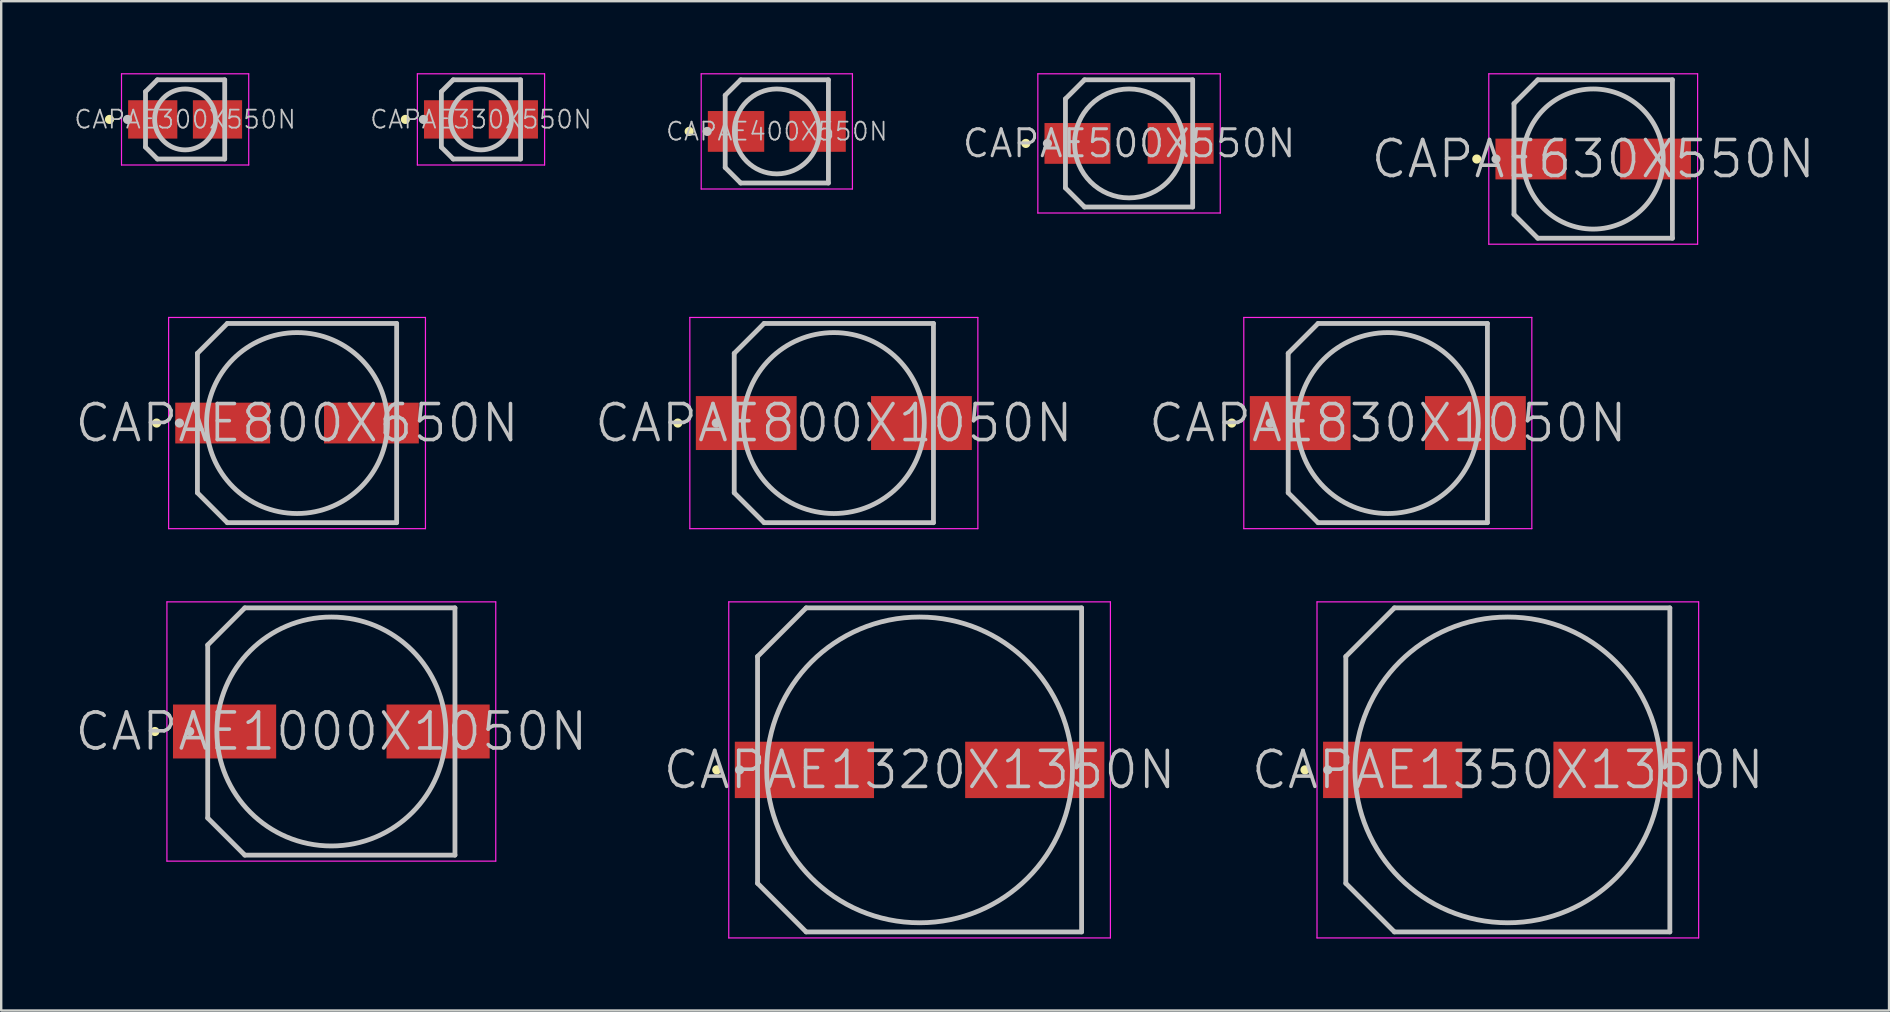
<source format=kicad_pcb>
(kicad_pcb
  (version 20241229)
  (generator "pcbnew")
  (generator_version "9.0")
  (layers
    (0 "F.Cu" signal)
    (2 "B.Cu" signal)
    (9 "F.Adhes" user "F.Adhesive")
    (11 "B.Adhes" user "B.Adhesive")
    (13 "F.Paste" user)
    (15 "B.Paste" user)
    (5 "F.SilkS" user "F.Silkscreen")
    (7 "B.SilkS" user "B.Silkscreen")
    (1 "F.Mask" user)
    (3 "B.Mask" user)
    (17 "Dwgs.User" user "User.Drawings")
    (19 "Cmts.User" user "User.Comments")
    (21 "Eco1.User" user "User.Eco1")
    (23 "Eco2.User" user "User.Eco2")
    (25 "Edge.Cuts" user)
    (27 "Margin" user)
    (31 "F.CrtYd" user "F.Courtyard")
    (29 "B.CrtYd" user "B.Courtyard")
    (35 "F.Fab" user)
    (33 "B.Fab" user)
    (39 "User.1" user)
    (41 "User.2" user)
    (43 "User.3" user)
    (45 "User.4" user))
  (footprint "CAPAE800X1050N"
    (layer "F.Cu")
    (at 31.689 14.575)
    (property "Reference" "CAPAE800X1050N" (at 0 0 0) (layer "Dwgs.User") (effects (font (size 1.5 1.5) (thickness 0.15))))
    (attr smd)
    (fp_line (start -6.5 0) (end -6.5 0) (stroke (width 0.381) (type solid)) (layer "F.SilkS"))
    (fp_line (start -4.9 0) (end -4.9 0) (stroke (width 0.381) (type solid)) (layer "Dwgs.User"))
    (fp_line (start -4.15 -2.905) (end -4.15 2.905) (stroke (width 0.2) (type solid)) (layer "Dwgs.User"))
    (fp_line (start -2.905 -4.15) (end -4.15 -2.905) (stroke (width 0.2) (type solid)) (layer "Dwgs.User"))
    (fp_line (start -2.905 -4.15) (end 4.15 -4.15) (stroke (width 0.2) (type solid)) (layer "Dwgs.User"))
    (fp_line (start -2.905 4.15) (end -4.15 2.905) (stroke (width 0.2) (type solid)) (layer "Dwgs.User"))
    (fp_line (start -2.905 4.15) (end 4.15 4.15) (stroke (width 0.2) (type solid)) (layer "Dwgs.User"))
    (fp_line (start 4.15 -4.15) (end 4.15 4.15) (stroke (width 0.2) (type solid)) (layer "Dwgs.User"))
    (fp_circle (center 0 0) (end 0 3.769) (stroke (width 0.2) (type solid)) (fill no) (layer "Dwgs.User"))
    (fp_line (start -6 -4.4) (end -6 4.4) (stroke (width 0.05) (type solid)) (layer "F.CrtYd"))
    (fp_line (start -6 -4.4) (end 6 -4.4) (stroke (width 0.05) (type solid)) (layer "F.CrtYd"))
    (fp_line (start -6 4.4) (end 6 4.4) (stroke (width 0.05) (type solid)) (layer "F.CrtYd"))
    (fp_line (start 6 -4.4) (end 6 4.4) (stroke (width 0.05) (type solid)) (layer "F.CrtYd"))
    (pad "1" smd rect (at -3.65 0 90) (size 2.248 4.199) (layers "F.Cu" "F.Mask" "F.Paste"))
    (pad "2" smd rect (at 3.65 0 270) (size 2.248 4.199) (layers "F.Cu" "F.Mask" "F.Paste")))
  (footprint "CAPAE330X550N"
    (layer "F.Cu")
    (at 16.988 1.925)
    (property "Reference" "CAPAE330X550N" (at 0 0 0) (layer "Dwgs.User") (effects (font (size 0.75 0.75) (thickness 0.075))))
    (attr smd)
    (fp_line (start -3.15 0) (end -3.15 0) (stroke (width 0.381) (type solid)) (layer "F.SilkS"))
    (fp_line (start -2.4 0) (end -2.4 0) (stroke (width 0.381) (type solid)) (layer "Dwgs.User"))
    (fp_line (start -1.65 -1.155) (end -1.65 1.155) (stroke (width 0.2) (type solid)) (layer "Dwgs.User"))
    (fp_line (start -1.155 -1.65) (end -1.65 -1.155) (stroke (width 0.2) (type solid)) (layer "Dwgs.User"))
    (fp_line (start -1.155 -1.65) (end 1.65 -1.65) (stroke (width 0.2) (type solid)) (layer "Dwgs.User"))
    (fp_line (start -1.155 1.65) (end -1.65 1.155) (stroke (width 0.2) (type solid)) (layer "Dwgs.User"))
    (fp_line (start -1.155 1.65) (end 1.65 1.65) (stroke (width 0.2) (type solid)) (layer "Dwgs.User"))
    (fp_line (start 1.65 -1.65) (end 1.65 1.65) (stroke (width 0.2) (type solid)) (layer "Dwgs.User"))
    (fp_circle (center 0 0) (end 0 1.269) (stroke (width 0.2) (type solid)) (fill no) (layer "Dwgs.User"))
    (fp_line (start -2.65 -1.9) (end -2.65 1.9) (stroke (width 0.05) (type solid)) (layer "F.CrtYd"))
    (fp_line (start -2.65 -1.9) (end 2.65 -1.9) (stroke (width 0.05) (type solid)) (layer "F.CrtYd"))
    (fp_line (start -2.65 1.9) (end 2.65 1.9) (stroke (width 0.05) (type solid)) (layer "F.CrtYd"))
    (fp_line (start 2.65 -1.9) (end 2.65 1.9) (stroke (width 0.05) (type solid)) (layer "F.CrtYd"))
    (pad "1" smd rect (at -1.349 0 90) (size 1.598 2.05) (layers "F.Cu" "F.Mask" "F.Paste"))
    (pad "2" smd rect (at 1.349 0 270) (size 1.598 2.05) (layers "F.Cu" "F.Mask" "F.Paste")))
  (footprint "CAPAE400X550N"
    (layer "F.Cu")
    (at 29.313 2.425)
    (property "Reference" "CAPAE400X550N" (at 0 0 0) (layer "Dwgs.User") (effects (font (size 0.75 0.75) (thickness 0.075))))
    (attr smd)
    (fp_line (start -3.65 0) (end -3.65 0) (stroke (width 0.381) (type solid)) (layer "F.SilkS"))
    (fp_line (start -2.9 0) (end -2.9 0) (stroke (width 0.381) (type solid)) (layer "Dwgs.User"))
    (fp_line (start -2.15 -1.505) (end -2.15 1.505) (stroke (width 0.2) (type solid)) (layer "Dwgs.User"))
    (fp_line (start -1.505 -2.15) (end -2.15 -1.505) (stroke (width 0.2) (type solid)) (layer "Dwgs.User"))
    (fp_line (start -1.505 -2.15) (end 2.15 -2.15) (stroke (width 0.2) (type solid)) (layer "Dwgs.User"))
    (fp_line (start -1.505 2.15) (end -2.15 1.505) (stroke (width 0.2) (type solid)) (layer "Dwgs.User"))
    (fp_line (start -1.505 2.15) (end 2.15 2.15) (stroke (width 0.2) (type solid)) (layer "Dwgs.User"))
    (fp_line (start 2.15 -2.15) (end 2.15 2.15) (stroke (width 0.2) (type solid)) (layer "Dwgs.User"))
    (fp_circle (center 0 0) (end 0 1.769) (stroke (width 0.2) (type solid)) (fill no) (layer "Dwgs.User"))
    (fp_line (start -3.15 -2.4) (end -3.15 2.4) (stroke (width 0.05) (type solid)) (layer "F.CrtYd"))
    (fp_line (start -3.15 -2.4) (end 3.15 -2.4) (stroke (width 0.05) (type solid)) (layer "F.CrtYd"))
    (fp_line (start -3.15 2.4) (end 3.15 2.4) (stroke (width 0.05) (type solid)) (layer "F.CrtYd"))
    (fp_line (start 3.15 -2.4) (end 3.15 2.4) (stroke (width 0.05) (type solid)) (layer "F.CrtYd"))
    (pad "1" smd rect (at -1.699 0 90) (size 1.699 2.349) (layers "F.Cu" "F.Mask" "F.Paste"))
    (pad "2" smd rect (at 1.699 0 270) (size 1.699 2.349) (layers "F.Cu" "F.Mask" "F.Paste")))
  (footprint "CAPAE300X550N"
    (layer "F.Cu")
    (at 4.662 1.925)
    (property "Reference" "CAPAE300X550N" (at 0 0 0) (layer "Dwgs.User") (effects (font (size 0.75 0.75) (thickness 0.075))))
    (attr smd)
    (fp_line (start -3.15 0) (end -3.15 0) (stroke (width 0.381) (type solid)) (layer "F.SilkS"))
    (fp_line (start -2.4 0) (end -2.4 0) (stroke (width 0.381) (type solid)) (layer "Dwgs.User"))
    (fp_line (start -1.65 -1.155) (end -1.65 1.155) (stroke (width 0.2) (type solid)) (layer "Dwgs.User"))
    (fp_line (start -1.155 -1.65) (end -1.65 -1.155) (stroke (width 0.2) (type solid)) (layer "Dwgs.User"))
    (fp_line (start -1.155 -1.65) (end 1.65 -1.65) (stroke (width 0.2) (type solid)) (layer "Dwgs.User"))
    (fp_line (start -1.155 1.65) (end -1.65 1.155) (stroke (width 0.2) (type solid)) (layer "Dwgs.User"))
    (fp_line (start -1.155 1.65) (end 1.65 1.65) (stroke (width 0.2) (type solid)) (layer "Dwgs.User"))
    (fp_line (start 1.65 -1.65) (end 1.65 1.65) (stroke (width 0.2) (type solid)) (layer "Dwgs.User"))
    (fp_circle (center 0 0) (end 0 1.269) (stroke (width 0.2) (type solid)) (fill no) (layer "Dwgs.User"))
    (fp_line (start -2.65 -1.9) (end -2.65 1.9) (stroke (width 0.05) (type solid)) (layer "F.CrtYd"))
    (fp_line (start -2.65 -1.9) (end 2.65 -1.9) (stroke (width 0.05) (type solid)) (layer "F.CrtYd"))
    (fp_line (start -2.65 1.9) (end 2.65 1.9) (stroke (width 0.05) (type solid)) (layer "F.CrtYd"))
    (fp_line (start 2.65 -1.9) (end 2.65 1.9) (stroke (width 0.05) (type solid)) (layer "F.CrtYd"))
    (pad "1" smd rect (at -1.349 0 90) (size 1.598 2.05) (layers "F.Cu" "F.Mask" "F.Paste"))
    (pad "2" smd rect (at 1.349 0 270) (size 1.598 2.05) (layers "F.Cu" "F.Mask" "F.Paste")))
  (footprint "CAPAE1000X1050N"
    (layer "F.Cu")
    (at 10.754 27.425)
    (property "Reference" "CAPAE1000X1050N" (at 0 0 0) (layer "Dwgs.User") (effects (font (size 1.5 1.5) (thickness 0.15))))
    (attr smd)
    (fp_line (start -7.35 0) (end -7.35 0) (stroke (width 0.381) (type solid)) (layer "F.SilkS"))
    (fp_line (start -5.9 0) (end -5.9 0) (stroke (width 0.381) (type solid)) (layer "Dwgs.User"))
    (fp_line (start -5.15 -3.605) (end -5.15 3.605) (stroke (width 0.2) (type solid)) (layer "Dwgs.User"))
    (fp_line (start -3.605 -5.15) (end -5.15 -3.605) (stroke (width 0.2) (type solid)) (layer "Dwgs.User"))
    (fp_line (start -3.605 -5.15) (end 5.15 -5.15) (stroke (width 0.2) (type solid)) (layer "Dwgs.User"))
    (fp_line (start -3.605 5.15) (end -5.15 3.605) (stroke (width 0.2) (type solid)) (layer "Dwgs.User"))
    (fp_line (start -3.605 5.15) (end 5.15 5.15) (stroke (width 0.2) (type solid)) (layer "Dwgs.User"))
    (fp_line (start 5.15 -5.15) (end 5.15 5.15) (stroke (width 0.2) (type solid)) (layer "Dwgs.User"))
    (fp_circle (center 0 0) (end 0 4.769) (stroke (width 0.2) (type solid)) (fill no) (layer "Dwgs.User"))
    (fp_line (start -6.85 -5.4) (end -6.85 5.4) (stroke (width 0.05) (type solid)) (layer "F.CrtYd"))
    (fp_line (start -6.85 -5.4) (end 6.85 -5.4) (stroke (width 0.05) (type solid)) (layer "F.CrtYd"))
    (fp_line (start -6.85 5.4) (end 6.85 5.4) (stroke (width 0.05) (type solid)) (layer "F.CrtYd"))
    (fp_line (start 6.85 -5.4) (end 6.85 5.4) (stroke (width 0.05) (type solid)) (layer "F.CrtYd"))
    (pad "1" smd rect (at -4.448 0 90) (size 2.248 4.298) (layers "F.Cu" "F.Mask" "F.Paste"))
    (pad "2" smd rect (at 4.448 0 270) (size 2.248 4.298) (layers "F.Cu" "F.Mask" "F.Paste")))
  (footprint "CAPAE500X550N"
    (layer "F.Cu")
    (at 43.988 2.925)
    (property "Reference" "CAPAE500X550N" (at 0 0 0) (layer "Dwgs.User") (effects (font (size 1.125 1.125) (thickness 0.125))))
    (attr smd)
    (fp_line (start -4.3 0) (end -4.3 0) (stroke (width 0.381) (type solid)) (layer "F.SilkS"))
    (fp_line (start -3.4 0) (end -3.4 0) (stroke (width 0.381) (type solid)) (layer "Dwgs.User"))
    (fp_line (start -2.65 -1.855) (end -2.65 1.855) (stroke (width 0.2) (type solid)) (layer "Dwgs.User"))
    (fp_line (start -1.855 -2.65) (end -2.65 -1.855) (stroke (width 0.2) (type solid)) (layer "Dwgs.User"))
    (fp_line (start -1.855 -2.65) (end 2.65 -2.65) (stroke (width 0.2) (type solid)) (layer "Dwgs.User"))
    (fp_line (start -1.855 2.65) (end -2.65 1.855) (stroke (width 0.2) (type solid)) (layer "Dwgs.User"))
    (fp_line (start -1.855 2.65) (end 2.65 2.65) (stroke (width 0.2) (type solid)) (layer "Dwgs.User"))
    (fp_line (start 2.65 -2.65) (end 2.65 2.65) (stroke (width 0.2) (type solid)) (layer "Dwgs.User"))
    (fp_circle (center 0 0) (end 0 2.269) (stroke (width 0.2) (type solid)) (fill no) (layer "Dwgs.User"))
    (fp_line (start -3.8 -2.9) (end -3.8 2.9) (stroke (width 0.05) (type solid)) (layer "F.CrtYd"))
    (fp_line (start -3.8 -2.9) (end 3.8 -2.9) (stroke (width 0.05) (type solid)) (layer "F.CrtYd"))
    (fp_line (start -3.8 2.9) (end 3.8 2.9) (stroke (width 0.05) (type solid)) (layer "F.CrtYd"))
    (fp_line (start 3.8 -2.9) (end 3.8 2.9) (stroke (width 0.05) (type solid)) (layer "F.CrtYd"))
    (pad "1" smd rect (at -2.149 0 90) (size 1.699 2.748) (layers "F.Cu" "F.Mask" "F.Paste"))
    (pad "2" smd rect (at 2.149 0 270) (size 1.699 2.748) (layers "F.Cu" "F.Mask" "F.Paste")))
  (footprint "CAPAE630X550N"
    (layer "F.Cu")
    (at 63.325 3.575)
    (property "Reference" "CAPAE630X550N" (at 0 0 0) (layer "Dwgs.User") (effects (font (size 1.5 1.5) (thickness 0.15))))
    (attr smd)
    (fp_line (start -4.85 0) (end -4.85 0) (stroke (width 0.381) (type solid)) (layer "F.SilkS"))
    (fp_line (start -4.05 0) (end -4.05 0) (stroke (width 0.381) (type solid)) (layer "Dwgs.User"))
    (fp_line (start -3.3 -2.31) (end -3.3 2.31) (stroke (width 0.2) (type solid)) (layer "Dwgs.User"))
    (fp_line (start -2.31 -3.3) (end -3.3 -2.31) (stroke (width 0.2) (type solid)) (layer "Dwgs.User"))
    (fp_line (start -2.31 -3.3) (end 3.3 -3.3) (stroke (width 0.2) (type solid)) (layer "Dwgs.User"))
    (fp_line (start -2.31 3.3) (end -3.3 2.31) (stroke (width 0.2) (type solid)) (layer "Dwgs.User"))
    (fp_line (start -2.31 3.3) (end 3.3 3.3) (stroke (width 0.2) (type solid)) (layer "Dwgs.User"))
    (fp_line (start 3.3 -3.3) (end 3.3 3.3) (stroke (width 0.2) (type solid)) (layer "Dwgs.User"))
    (fp_circle (center 0 0) (end 0 2.919) (stroke (width 0.2) (type solid)) (fill no) (layer "Dwgs.User"))
    (fp_line (start -4.35 -3.55) (end -4.35 3.55) (stroke (width 0.05) (type solid)) (layer "F.CrtYd"))
    (fp_line (start -4.35 -3.55) (end 4.35 -3.55) (stroke (width 0.05) (type solid)) (layer "F.CrtYd"))
    (fp_line (start -4.35 3.55) (end 4.35 3.55) (stroke (width 0.05) (type solid)) (layer "F.CrtYd"))
    (fp_line (start 4.35 -3.55) (end 4.35 3.55) (stroke (width 0.05) (type solid)) (layer "F.CrtYd"))
    (pad "1" smd rect (at -2.598 0 90) (size 1.699 2.949) (layers "F.Cu" "F.Mask" "F.Paste"))
    (pad "2" smd rect (at 2.598 0 270) (size 1.699 2.949) (layers "F.Cu" "F.Mask" "F.Paste")))
  (footprint "CAPAE1350X1350N"
    (layer "F.Cu")
    (at 59.768 29.025)
    (property "Reference" "CAPAE1350X1350N" (at 0 0 0) (layer "Dwgs.User") (effects (font (size 1.5 1.5) (thickness 0.15))))
    (attr smd)
    (fp_line (start -8.45 0) (end -8.45 0) (stroke (width 0.381) (type solid)) (layer "F.SilkS"))
    (fp_line (start -7.5 0) (end -7.5 0) (stroke (width 0.381) (type solid)) (layer "Dwgs.User"))
    (fp_line (start -6.75 -4.725) (end -6.75 4.725) (stroke (width 0.2) (type solid)) (layer "Dwgs.User"))
    (fp_line (start -4.725 -6.75) (end -6.75 -4.725) (stroke (width 0.2) (type solid)) (layer "Dwgs.User"))
    (fp_line (start -4.725 -6.75) (end 6.75 -6.75) (stroke (width 0.2) (type solid)) (layer "Dwgs.User"))
    (fp_line (start -4.725 6.75) (end -6.75 4.725) (stroke (width 0.2) (type solid)) (layer "Dwgs.User"))
    (fp_line (start -4.725 6.75) (end 6.75 6.75) (stroke (width 0.2) (type solid)) (layer "Dwgs.User"))
    (fp_line (start 6.75 -6.75) (end 6.75 6.75) (stroke (width 0.2) (type solid)) (layer "Dwgs.User"))
    (fp_circle (center 0 0) (end 0 6.369) (stroke (width 0.2) (type solid)) (fill no) (layer "Dwgs.User"))
    (fp_line (start -7.95 -7) (end -7.95 7) (stroke (width 0.05) (type solid)) (layer "F.CrtYd"))
    (fp_line (start -7.95 -7) (end 7.95 -7) (stroke (width 0.05) (type solid)) (layer "F.CrtYd"))
    (fp_line (start -7.95 7) (end 7.95 7) (stroke (width 0.05) (type solid)) (layer "F.CrtYd"))
    (fp_line (start 7.95 -7) (end 7.95 7) (stroke (width 0.05) (type solid)) (layer "F.CrtYd"))
    (pad "1" smd rect (at -4.798 0 90) (size 2.349 5.799) (layers "F.Cu" "F.Mask" "F.Paste"))
    (pad "2" smd rect (at 4.798 0 270) (size 2.349 5.799) (layers "F.Cu" "F.Mask" "F.Paste")))
  (footprint "CAPAE1320X1350N"
    (layer "F.Cu")
    (at 35.261 29.025)
    (property "Reference" "CAPAE1320X1350N" (at 0 0 0) (layer "Dwgs.User") (effects (font (size 1.5 1.5) (thickness 0.15))))
    (attr smd)
    (fp_line (start -8.45 0) (end -8.45 0) (stroke (width 0.381) (type solid)) (layer "F.SilkS"))
    (fp_line (start -7.5 0) (end -7.5 0) (stroke (width 0.381) (type solid)) (layer "Dwgs.User"))
    (fp_line (start -6.75 -4.725) (end -6.75 4.725) (stroke (width 0.2) (type solid)) (layer "Dwgs.User"))
    (fp_line (start -4.725 -6.75) (end -6.75 -4.725) (stroke (width 0.2) (type solid)) (layer "Dwgs.User"))
    (fp_line (start -4.725 -6.75) (end 6.75 -6.75) (stroke (width 0.2) (type solid)) (layer "Dwgs.User"))
    (fp_line (start -4.725 6.75) (end -6.75 4.725) (stroke (width 0.2) (type solid)) (layer "Dwgs.User"))
    (fp_line (start -4.725 6.75) (end 6.75 6.75) (stroke (width 0.2) (type solid)) (layer "Dwgs.User"))
    (fp_line (start 6.75 -6.75) (end 6.75 6.75) (stroke (width 0.2) (type solid)) (layer "Dwgs.User"))
    (fp_circle (center 0 0) (end 0 6.369) (stroke (width 0.2) (type solid)) (fill no) (layer "Dwgs.User"))
    (fp_line (start -7.95 -7) (end -7.95 7) (stroke (width 0.05) (type solid)) (layer "F.CrtYd"))
    (fp_line (start -7.95 -7) (end 7.95 -7) (stroke (width 0.05) (type solid)) (layer "F.CrtYd"))
    (fp_line (start -7.95 7) (end 7.95 7) (stroke (width 0.05) (type solid)) (layer "F.CrtYd"))
    (fp_line (start 7.95 -7) (end 7.95 7) (stroke (width 0.05) (type solid)) (layer "F.CrtYd"))
    (pad "1" smd rect (at -4.798 0 90) (size 2.349 5.799) (layers "F.Cu" "F.Mask" "F.Paste"))
    (pad "2" smd rect (at 4.798 0 270) (size 2.349 5.799) (layers "F.Cu" "F.Mask" "F.Paste")))
  (footprint "CAPAE830X1050N"
    (layer "F.Cu")
    (at 54.768 14.575)
    (property "Reference" "CAPAE830X1050N" (at 0 0 0) (layer "Dwgs.User") (effects (font (size 1.5 1.5) (thickness 0.15))))
    (attr smd)
    (fp_line (start -6.5 0) (end -6.5 0) (stroke (width 0.381) (type solid)) (layer "F.SilkS"))
    (fp_line (start -4.9 0) (end -4.9 0) (stroke (width 0.381) (type solid)) (layer "Dwgs.User"))
    (fp_line (start -4.15 -2.905) (end -4.15 2.905) (stroke (width 0.2) (type solid)) (layer "Dwgs.User"))
    (fp_line (start -2.905 -4.15) (end -4.15 -2.905) (stroke (width 0.2) (type solid)) (layer "Dwgs.User"))
    (fp_line (start -2.905 -4.15) (end 4.15 -4.15) (stroke (width 0.2) (type solid)) (layer "Dwgs.User"))
    (fp_line (start -2.905 4.15) (end -4.15 2.905) (stroke (width 0.2) (type solid)) (layer "Dwgs.User"))
    (fp_line (start -2.905 4.15) (end 4.15 4.15) (stroke (width 0.2) (type solid)) (layer "Dwgs.User"))
    (fp_line (start 4.15 -4.15) (end 4.15 4.15) (stroke (width 0.2) (type solid)) (layer "Dwgs.User"))
    (fp_circle (center 0 0) (end 0 3.769) (stroke (width 0.2) (type solid)) (fill no) (layer "Dwgs.User"))
    (fp_line (start -6 -4.4) (end -6 4.4) (stroke (width 0.05) (type solid)) (layer "F.CrtYd"))
    (fp_line (start -6 -4.4) (end 6 -4.4) (stroke (width 0.05) (type solid)) (layer "F.CrtYd"))
    (fp_line (start -6 4.4) (end 6 4.4) (stroke (width 0.05) (type solid)) (layer "F.CrtYd"))
    (fp_line (start 6 -4.4) (end 6 4.4) (stroke (width 0.05) (type solid)) (layer "F.CrtYd"))
    (pad "1" smd rect (at -3.65 0 90) (size 2.248 4.199) (layers "F.Cu" "F.Mask" "F.Paste"))
    (pad "2" smd rect (at 3.65 0 270) (size 2.248 4.199) (layers "F.Cu" "F.Mask" "F.Paste")))
  (footprint "CAPAE800X650N"
    (layer "F.Cu")
    (at 9.325 14.575)
    (property "Reference" "CAPAE800X650N" (at 0 0 0) (layer "Dwgs.User") (effects (font (size 1.5 1.5) (thickness 0.15))))
    (attr smd)
    (fp_line (start -5.85 0) (end -5.85 0) (stroke (width 0.381) (type solid)) (layer "F.SilkS"))
    (fp_line (start -4.9 0) (end -4.9 0) (stroke (width 0.381) (type solid)) (layer "Dwgs.User"))
    (fp_line (start -4.15 -2.905) (end -4.15 2.905) (stroke (width 0.2) (type solid)) (layer "Dwgs.User"))
    (fp_line (start -2.905 -4.15) (end -4.15 -2.905) (stroke (width 0.2) (type solid)) (layer "Dwgs.User"))
    (fp_line (start -2.905 -4.15) (end 4.15 -4.15) (stroke (width 0.2) (type solid)) (layer "Dwgs.User"))
    (fp_line (start -2.905 4.15) (end -4.15 2.905) (stroke (width 0.2) (type solid)) (layer "Dwgs.User"))
    (fp_line (start -2.905 4.15) (end 4.15 4.15) (stroke (width 0.2) (type solid)) (layer "Dwgs.User"))
    (fp_line (start 4.15 -4.15) (end 4.15 4.15) (stroke (width 0.2) (type solid)) (layer "Dwgs.User"))
    (fp_circle (center 0 0) (end 0 3.769) (stroke (width 0.2) (type solid)) (fill no) (layer "Dwgs.User"))
    (fp_line (start -5.35 -4.4) (end -5.35 4.4) (stroke (width 0.05) (type solid)) (layer "F.CrtYd"))
    (fp_line (start -5.35 -4.4) (end 5.35 -4.4) (stroke (width 0.05) (type solid)) (layer "F.CrtYd"))
    (fp_line (start -5.35 4.4) (end 5.35 4.4) (stroke (width 0.05) (type solid)) (layer "F.CrtYd"))
    (fp_line (start 5.35 -4.4) (end 5.35 4.4) (stroke (width 0.05) (type solid)) (layer "F.CrtYd"))
    (pad "1" smd rect (at -3.099 0 90) (size 1.699 3.95) (layers "F.Cu" "F.Mask" "F.Paste"))
    (pad "2" smd rect (at 3.099 0 270) (size 1.699 3.95) (layers "F.Cu" "F.Mask" "F.Paste")))
  (gr_rect
    (start -3 -3)
    (end 75.65 39.05)
    (stroke (width 0.1) (type default))
    (fill no)
    (layer "Edge.Cuts")))
</source>
